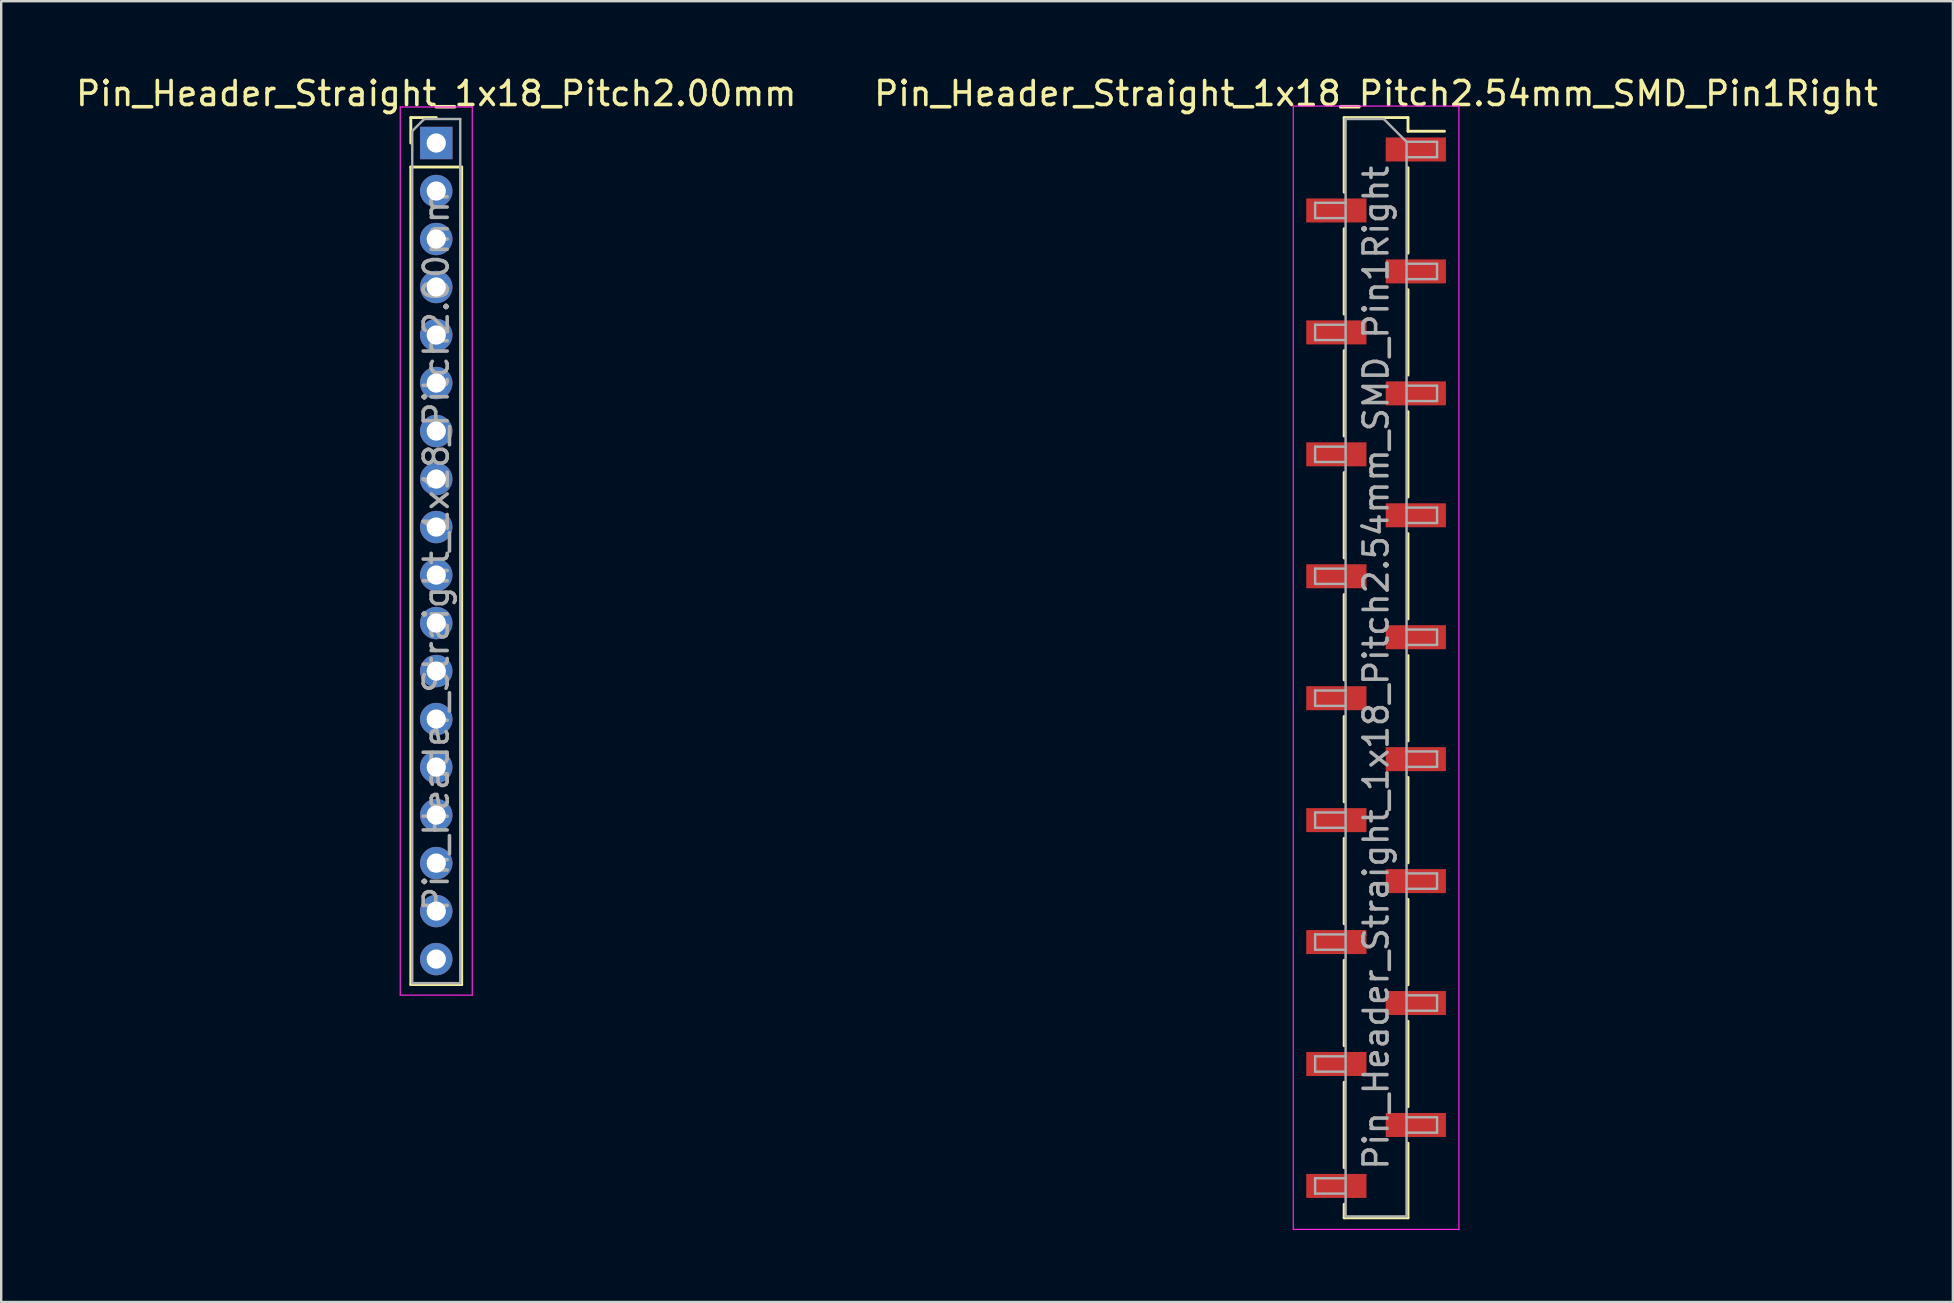
<source format=kicad_pcb>
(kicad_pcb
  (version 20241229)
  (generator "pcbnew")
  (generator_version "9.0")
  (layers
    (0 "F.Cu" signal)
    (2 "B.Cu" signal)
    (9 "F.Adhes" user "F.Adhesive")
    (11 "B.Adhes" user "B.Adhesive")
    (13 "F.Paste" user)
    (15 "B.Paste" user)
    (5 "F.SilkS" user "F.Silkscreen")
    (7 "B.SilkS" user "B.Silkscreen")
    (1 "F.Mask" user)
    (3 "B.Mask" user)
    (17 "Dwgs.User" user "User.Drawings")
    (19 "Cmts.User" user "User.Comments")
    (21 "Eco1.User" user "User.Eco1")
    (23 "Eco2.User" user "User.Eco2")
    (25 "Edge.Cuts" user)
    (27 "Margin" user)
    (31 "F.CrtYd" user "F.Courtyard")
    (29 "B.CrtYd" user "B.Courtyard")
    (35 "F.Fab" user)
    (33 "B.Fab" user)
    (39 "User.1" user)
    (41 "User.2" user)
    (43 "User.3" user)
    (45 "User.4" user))
  (footprint "Pin_Header_Straight_1x18_Pitch2.00mm"
    (layer "F.Cu")
    (at 15.125 2.908)
    (property "Reference" "Pin_Header_Straight_1x18_Pitch2.00mm" (at 0 -2.06 0) (layer "F.SilkS") (effects (font (size 1 1) (thickness 0.15))))
    (attr through_hole)
    (fp_line (start -1.06 -1.06) (end 0 -1.06) (stroke (width 0.12) (type solid)) (layer "F.SilkS"))
    (fp_line (start -1.06 0) (end -1.06 -1.06) (stroke (width 0.12) (type solid)) (layer "F.SilkS"))
    (fp_line (start -1.06 1) (end -1.06 35.06) (stroke (width 0.12) (type solid)) (layer "F.SilkS"))
    (fp_line (start -1.06 1) (end 1.06 1) (stroke (width 0.12) (type solid)) (layer "F.SilkS"))
    (fp_line (start -1.06 35.06) (end 1.06 35.06) (stroke (width 0.12) (type solid)) (layer "F.SilkS"))
    (fp_line (start 1.06 1) (end 1.06 35.06) (stroke (width 0.12) (type solid)) (layer "F.SilkS"))
    (fp_line (start -1.5 -1.5) (end -1.5 35.5) (stroke (width 0.05) (type solid)) (layer "F.CrtYd"))
    (fp_line (start -1.5 35.5) (end 1.5 35.5) (stroke (width 0.05) (type solid)) (layer "F.CrtYd"))
    (fp_line (start 1.5 -1.5) (end -1.5 -1.5) (stroke (width 0.05) (type solid)) (layer "F.CrtYd"))
    (fp_line (start 1.5 35.5) (end 1.5 -1.5) (stroke (width 0.05) (type solid)) (layer "F.CrtYd"))
    (fp_line (start -1 -0.5) (end -0.5 -1) (stroke (width 0.1) (type solid)) (layer "F.Fab"))
    (fp_line (start -1 35) (end -1 -0.5) (stroke (width 0.1) (type solid)) (layer "F.Fab"))
    (fp_line (start -0.5 -1) (end 1 -1) (stroke (width 0.1) (type solid)) (layer "F.Fab"))
    (fp_line (start 1 -1) (end 1 35) (stroke (width 0.1) (type solid)) (layer "F.Fab"))
    (fp_line (start 1 35) (end -1 35) (stroke (width 0.1) (type solid)) (layer "F.Fab"))
    (fp_text user "${REFERENCE}" (at 0 17 90) (layer "F.Fab") (effects (font (size 1 1) (thickness 0.15))))
    (pad "1" thru_hole rect (at 0 0) (size 1.35 1.35) (drill 0.8) (layers "*.Cu" "*.Mask"))
    (pad "2" thru_hole oval (at 0 2) (size 1.35 1.35) (drill 0.8) (layers "*.Cu" "*.Mask"))
    (pad "3" thru_hole oval (at 0 4) (size 1.35 1.35) (drill 0.8) (layers "*.Cu" "*.Mask"))
    (pad "4" thru_hole oval (at 0 6) (size 1.35 1.35) (drill 0.8) (layers "*.Cu" "*.Mask"))
    (pad "5" thru_hole oval (at 0 8) (size 1.35 1.35) (drill 0.8) (layers "*.Cu" "*.Mask"))
    (pad "6" thru_hole oval (at 0 10) (size 1.35 1.35) (drill 0.8) (layers "*.Cu" "*.Mask"))
    (pad "7" thru_hole oval (at 0 12) (size 1.35 1.35) (drill 0.8) (layers "*.Cu" "*.Mask"))
    (pad "8" thru_hole oval (at 0 14) (size 1.35 1.35) (drill 0.8) (layers "*.Cu" "*.Mask"))
    (pad "9" thru_hole oval (at 0 16) (size 1.35 1.35) (drill 0.8) (layers "*.Cu" "*.Mask"))
    (pad "10" thru_hole oval (at 0 18) (size 1.35 1.35) (drill 0.8) (layers "*.Cu" "*.Mask"))
    (pad "11" thru_hole oval (at 0 20) (size 1.35 1.35) (drill 0.8) (layers "*.Cu" "*.Mask"))
    (pad "12" thru_hole oval (at 0 22) (size 1.35 1.35) (drill 0.8) (layers "*.Cu" "*.Mask"))
    (pad "13" thru_hole oval (at 0 24) (size 1.35 1.35) (drill 0.8) (layers "*.Cu" "*.Mask"))
    (pad "14" thru_hole oval (at 0 26) (size 1.35 1.35) (drill 0.8) (layers "*.Cu" "*.Mask"))
    (pad "15" thru_hole oval (at 0 28) (size 1.35 1.35) (drill 0.8) (layers "*.Cu" "*.Mask"))
    (pad "16" thru_hole oval (at 0 30) (size 1.35 1.35) (drill 0.8) (layers "*.Cu" "*.Mask"))
    (pad "17" thru_hole oval (at 0 32) (size 1.35 1.35) (drill 0.8) (layers "*.Cu" "*.Mask"))
    (pad "18" thru_hole oval (at 0 34) (size 1.35 1.35) (drill 0.8) (layers "*.Cu" "*.Mask")))
  (footprint "Pin_Header_Straight_1x18_Pitch2.54mm_SMD_Pin1Right"
    (layer "F.Cu")
    (at 54.28 24.768)
    (property "Reference" "Pin_Header_Straight_1x18_Pitch2.54mm_SMD_Pin1Right" (at 0 -23.92 0) (layer "F.SilkS") (effects (font (size 1 1) (thickness 0.15))))
    (attr smd)
    (fp_line (start -1.33 -22.92) (end -1.33 -19.81) (stroke (width 0.12) (type solid)) (layer "F.SilkS"))
    (fp_line (start -1.33 -22.92) (end 1.33 -22.92) (stroke (width 0.12) (type solid)) (layer "F.SilkS"))
    (fp_line (start -1.33 -18.29) (end -1.33 -14.73) (stroke (width 0.12) (type solid)) (layer "F.SilkS"))
    (fp_line (start -1.33 -13.21) (end -1.33 -9.65) (stroke (width 0.12) (type solid)) (layer "F.SilkS"))
    (fp_line (start -1.33 -8.13) (end -1.33 -4.57) (stroke (width 0.12) (type solid)) (layer "F.SilkS"))
    (fp_line (start -1.33 -3.05) (end -1.33 0.51) (stroke (width 0.12) (type solid)) (layer "F.SilkS"))
    (fp_line (start -1.33 2.03) (end -1.33 5.59) (stroke (width 0.12) (type solid)) (layer "F.SilkS"))
    (fp_line (start -1.33 7.11) (end -1.33 10.67) (stroke (width 0.12) (type solid)) (layer "F.SilkS"))
    (fp_line (start -1.33 12.19) (end -1.33 15.75) (stroke (width 0.12) (type solid)) (layer "F.SilkS"))
    (fp_line (start -1.33 17.27) (end -1.33 20.83) (stroke (width 0.12) (type solid)) (layer "F.SilkS"))
    (fp_line (start -1.33 22.35) (end -1.33 22.92) (stroke (width 0.12) (type solid)) (layer "F.SilkS"))
    (fp_line (start -1.33 22.92) (end 1.33 22.92) (stroke (width 0.12) (type solid)) (layer "F.SilkS"))
    (fp_line (start 1.33 -22.92) (end 1.33 -22.35) (stroke (width 0.12) (type solid)) (layer "F.SilkS"))
    (fp_line (start 1.33 -22.35) (end 2.85 -22.35) (stroke (width 0.12) (type solid)) (layer "F.SilkS"))
    (fp_line (start 1.33 -20.83) (end 1.33 -17.27) (stroke (width 0.12) (type solid)) (layer "F.SilkS"))
    (fp_line (start 1.33 -15.75) (end 1.33 -12.19) (stroke (width 0.12) (type solid)) (layer "F.SilkS"))
    (fp_line (start 1.33 -10.67) (end 1.33 -7.11) (stroke (width 0.12) (type solid)) (layer "F.SilkS"))
    (fp_line (start 1.33 -5.59) (end 1.33 -2.03) (stroke (width 0.12) (type solid)) (layer "F.SilkS"))
    (fp_line (start 1.33 -0.51) (end 1.33 3.05) (stroke (width 0.12) (type solid)) (layer "F.SilkS"))
    (fp_line (start 1.33 4.57) (end 1.33 8.13) (stroke (width 0.12) (type solid)) (layer "F.SilkS"))
    (fp_line (start 1.33 9.65) (end 1.33 13.21) (stroke (width 0.12) (type solid)) (layer "F.SilkS"))
    (fp_line (start 1.33 14.73) (end 1.33 18.29) (stroke (width 0.12) (type solid)) (layer "F.SilkS"))
    (fp_line (start 1.33 19.81) (end 1.33 22.92) (stroke (width 0.12) (type solid)) (layer "F.SilkS"))
    (fp_line (start -3.45 -23.4) (end -3.45 23.4) (stroke (width 0.05) (type solid)) (layer "F.CrtYd"))
    (fp_line (start -3.45 23.4) (end 3.45 23.4) (stroke (width 0.05) (type solid)) (layer "F.CrtYd"))
    (fp_line (start 3.45 -23.4) (end -3.45 -23.4) (stroke (width 0.05) (type solid)) (layer "F.CrtYd"))
    (fp_line (start 3.45 23.4) (end 3.45 -23.4) (stroke (width 0.05) (type solid)) (layer "F.CrtYd"))
    (fp_line (start -2.54 -19.37) (end -2.54 -18.73) (stroke (width 0.1) (type solid)) (layer "F.Fab"))
    (fp_line (start -2.54 -18.73) (end -1.27 -18.73) (stroke (width 0.1) (type solid)) (layer "F.Fab"))
    (fp_line (start -2.54 -14.29) (end -2.54 -13.65) (stroke (width 0.1) (type solid)) (layer "F.Fab"))
    (fp_line (start -2.54 -13.65) (end -1.27 -13.65) (stroke (width 0.1) (type solid)) (layer "F.Fab"))
    (fp_line (start -2.54 -9.21) (end -2.54 -8.57) (stroke (width 0.1) (type solid)) (layer "F.Fab"))
    (fp_line (start -2.54 -8.57) (end -1.27 -8.57) (stroke (width 0.1) (type solid)) (layer "F.Fab"))
    (fp_line (start -2.54 -4.13) (end -2.54 -3.49) (stroke (width 0.1) (type solid)) (layer "F.Fab"))
    (fp_line (start -2.54 -3.49) (end -1.27 -3.49) (stroke (width 0.1) (type solid)) (layer "F.Fab"))
    (fp_line (start -2.54 0.95) (end -2.54 1.59) (stroke (width 0.1) (type solid)) (layer "F.Fab"))
    (fp_line (start -2.54 1.59) (end -1.27 1.59) (stroke (width 0.1) (type solid)) (layer "F.Fab"))
    (fp_line (start -2.54 6.03) (end -2.54 6.67) (stroke (width 0.1) (type solid)) (layer "F.Fab"))
    (fp_line (start -2.54 6.67) (end -1.27 6.67) (stroke (width 0.1) (type solid)) (layer "F.Fab"))
    (fp_line (start -2.54 11.11) (end -2.54 11.75) (stroke (width 0.1) (type solid)) (layer "F.Fab"))
    (fp_line (start -2.54 11.75) (end -1.27 11.75) (stroke (width 0.1) (type solid)) (layer "F.Fab"))
    (fp_line (start -2.54 16.19) (end -2.54 16.83) (stroke (width 0.1) (type solid)) (layer "F.Fab"))
    (fp_line (start -2.54 16.83) (end -1.27 16.83) (stroke (width 0.1) (type solid)) (layer "F.Fab"))
    (fp_line (start -2.54 21.27) (end -2.54 21.91) (stroke (width 0.1) (type solid)) (layer "F.Fab"))
    (fp_line (start -2.54 21.91) (end -1.27 21.91) (stroke (width 0.1) (type solid)) (layer "F.Fab"))
    (fp_line (start -1.27 -22.86) (end -1.27 22.86) (stroke (width 0.1) (type solid)) (layer "F.Fab"))
    (fp_line (start -1.27 -22.86) (end 0.32 -22.86) (stroke (width 0.1) (type solid)) (layer "F.Fab"))
    (fp_line (start -1.27 -19.37) (end -2.54 -19.37) (stroke (width 0.1) (type solid)) (layer "F.Fab"))
    (fp_line (start -1.27 -14.29) (end -2.54 -14.29) (stroke (width 0.1) (type solid)) (layer "F.Fab"))
    (fp_line (start -1.27 -9.21) (end -2.54 -9.21) (stroke (width 0.1) (type solid)) (layer "F.Fab"))
    (fp_line (start -1.27 -4.13) (end -2.54 -4.13) (stroke (width 0.1) (type solid)) (layer "F.Fab"))
    (fp_line (start -1.27 0.95) (end -2.54 0.95) (stroke (width 0.1) (type solid)) (layer "F.Fab"))
    (fp_line (start -1.27 6.03) (end -2.54 6.03) (stroke (width 0.1) (type solid)) (layer "F.Fab"))
    (fp_line (start -1.27 11.11) (end -2.54 11.11) (stroke (width 0.1) (type solid)) (layer "F.Fab"))
    (fp_line (start -1.27 16.19) (end -2.54 16.19) (stroke (width 0.1) (type solid)) (layer "F.Fab"))
    (fp_line (start -1.27 21.27) (end -2.54 21.27) (stroke (width 0.1) (type solid)) (layer "F.Fab"))
    (fp_line (start 1.27 -21.91) (end 0.32 -22.86) (stroke (width 0.1) (type solid)) (layer "F.Fab"))
    (fp_line (start 1.27 -21.91) (end 2.54 -21.91) (stroke (width 0.1) (type solid)) (layer "F.Fab"))
    (fp_line (start 1.27 -16.83) (end 2.54 -16.83) (stroke (width 0.1) (type solid)) (layer "F.Fab"))
    (fp_line (start 1.27 -11.75) (end 2.54 -11.75) (stroke (width 0.1) (type solid)) (layer "F.Fab"))
    (fp_line (start 1.27 -6.67) (end 2.54 -6.67) (stroke (width 0.1) (type solid)) (layer "F.Fab"))
    (fp_line (start 1.27 -1.59) (end 2.54 -1.59) (stroke (width 0.1) (type solid)) (layer "F.Fab"))
    (fp_line (start 1.27 3.49) (end 2.54 3.49) (stroke (width 0.1) (type solid)) (layer "F.Fab"))
    (fp_line (start 1.27 8.57) (end 2.54 8.57) (stroke (width 0.1) (type solid)) (layer "F.Fab"))
    (fp_line (start 1.27 13.65) (end 2.54 13.65) (stroke (width 0.1) (type solid)) (layer "F.Fab"))
    (fp_line (start 1.27 18.73) (end 2.54 18.73) (stroke (width 0.1) (type solid)) (layer "F.Fab"))
    (fp_line (start 1.27 22.86) (end -1.27 22.86) (stroke (width 0.1) (type solid)) (layer "F.Fab"))
    (fp_line (start 1.27 22.86) (end 1.27 -21.91) (stroke (width 0.1) (type solid)) (layer "F.Fab"))
    (fp_line (start 2.54 -21.91) (end 2.54 -21.27) (stroke (width 0.1) (type solid)) (layer "F.Fab"))
    (fp_line (start 2.54 -21.27) (end 1.27 -21.27) (stroke (width 0.1) (type solid)) (layer "F.Fab"))
    (fp_line (start 2.54 -16.83) (end 2.54 -16.19) (stroke (width 0.1) (type solid)) (layer "F.Fab"))
    (fp_line (start 2.54 -16.19) (end 1.27 -16.19) (stroke (width 0.1) (type solid)) (layer "F.Fab"))
    (fp_line (start 2.54 -11.75) (end 2.54 -11.11) (stroke (width 0.1) (type solid)) (layer "F.Fab"))
    (fp_line (start 2.54 -11.11) (end 1.27 -11.11) (stroke (width 0.1) (type solid)) (layer "F.Fab"))
    (fp_line (start 2.54 -6.67) (end 2.54 -6.03) (stroke (width 0.1) (type solid)) (layer "F.Fab"))
    (fp_line (start 2.54 -6.03) (end 1.27 -6.03) (stroke (width 0.1) (type solid)) (layer "F.Fab"))
    (fp_line (start 2.54 -1.59) (end 2.54 -0.95) (stroke (width 0.1) (type solid)) (layer "F.Fab"))
    (fp_line (start 2.54 -0.95) (end 1.27 -0.95) (stroke (width 0.1) (type solid)) (layer "F.Fab"))
    (fp_line (start 2.54 3.49) (end 2.54 4.13) (stroke (width 0.1) (type solid)) (layer "F.Fab"))
    (fp_line (start 2.54 4.13) (end 1.27 4.13) (stroke (width 0.1) (type solid)) (layer "F.Fab"))
    (fp_line (start 2.54 8.57) (end 2.54 9.21) (stroke (width 0.1) (type solid)) (layer "F.Fab"))
    (fp_line (start 2.54 9.21) (end 1.27 9.21) (stroke (width 0.1) (type solid)) (layer "F.Fab"))
    (fp_line (start 2.54 13.65) (end 2.54 14.29) (stroke (width 0.1) (type solid)) (layer "F.Fab"))
    (fp_line (start 2.54 14.29) (end 1.27 14.29) (stroke (width 0.1) (type solid)) (layer "F.Fab"))
    (fp_line (start 2.54 18.73) (end 2.54 19.37) (stroke (width 0.1) (type solid)) (layer "F.Fab"))
    (fp_line (start 2.54 19.37) (end 1.27 19.37) (stroke (width 0.1) (type solid)) (layer "F.Fab"))
    (fp_text user "${REFERENCE}" (at 0 0 90) (layer "F.Fab") (effects (font (size 1 1) (thickness 0.15))))
    (pad "1" smd rect (at 1.655 -21.59) (size 2.51 1) (layers "F.Cu" "F.Mask" "F.Paste"))
    (pad "2" smd rect (at -1.655 -19.05) (size 2.51 1) (layers "F.Cu" "F.Mask" "F.Paste"))
    (pad "3" smd rect (at 1.655 -16.51) (size 2.51 1) (layers "F.Cu" "F.Mask" "F.Paste"))
    (pad "4" smd rect (at -1.655 -13.97) (size 2.51 1) (layers "F.Cu" "F.Mask" "F.Paste"))
    (pad "5" smd rect (at 1.655 -11.43) (size 2.51 1) (layers "F.Cu" "F.Mask" "F.Paste"))
    (pad "6" smd rect (at -1.655 -8.89) (size 2.51 1) (layers "F.Cu" "F.Mask" "F.Paste"))
    (pad "7" smd rect (at 1.655 -6.35) (size 2.51 1) (layers "F.Cu" "F.Mask" "F.Paste"))
    (pad "8" smd rect (at -1.655 -3.81) (size 2.51 1) (layers "F.Cu" "F.Mask" "F.Paste"))
    (pad "9" smd rect (at 1.655 -1.27) (size 2.51 1) (layers "F.Cu" "F.Mask" "F.Paste"))
    (pad "10" smd rect (at -1.655 1.27) (size 2.51 1) (layers "F.Cu" "F.Mask" "F.Paste"))
    (pad "11" smd rect (at 1.655 3.81) (size 2.51 1) (layers "F.Cu" "F.Mask" "F.Paste"))
    (pad "12" smd rect (at -1.655 6.35) (size 2.51 1) (layers "F.Cu" "F.Mask" "F.Paste"))
    (pad "13" smd rect (at 1.655 8.89) (size 2.51 1) (layers "F.Cu" "F.Mask" "F.Paste"))
    (pad "14" smd rect (at -1.655 11.43) (size 2.51 1) (layers "F.Cu" "F.Mask" "F.Paste"))
    (pad "15" smd rect (at 1.655 13.97) (size 2.51 1) (layers "F.Cu" "F.Mask" "F.Paste"))
    (pad "16" smd rect (at -1.655 16.51) (size 2.51 1) (layers "F.Cu" "F.Mask" "F.Paste"))
    (pad "17" smd rect (at 1.655 19.05) (size 2.51 1) (layers "F.Cu" "F.Mask" "F.Paste"))
    (pad "18" smd rect (at -1.655 21.59) (size 2.51 1) (layers "F.Cu" "F.Mask" "F.Paste")))
  (gr_rect
    (start -3 -3)
    (end 78.31 51.193)
    (stroke (width 0.1) (type default))
    (fill no)
    (layer "Edge.Cuts")))
</source>
